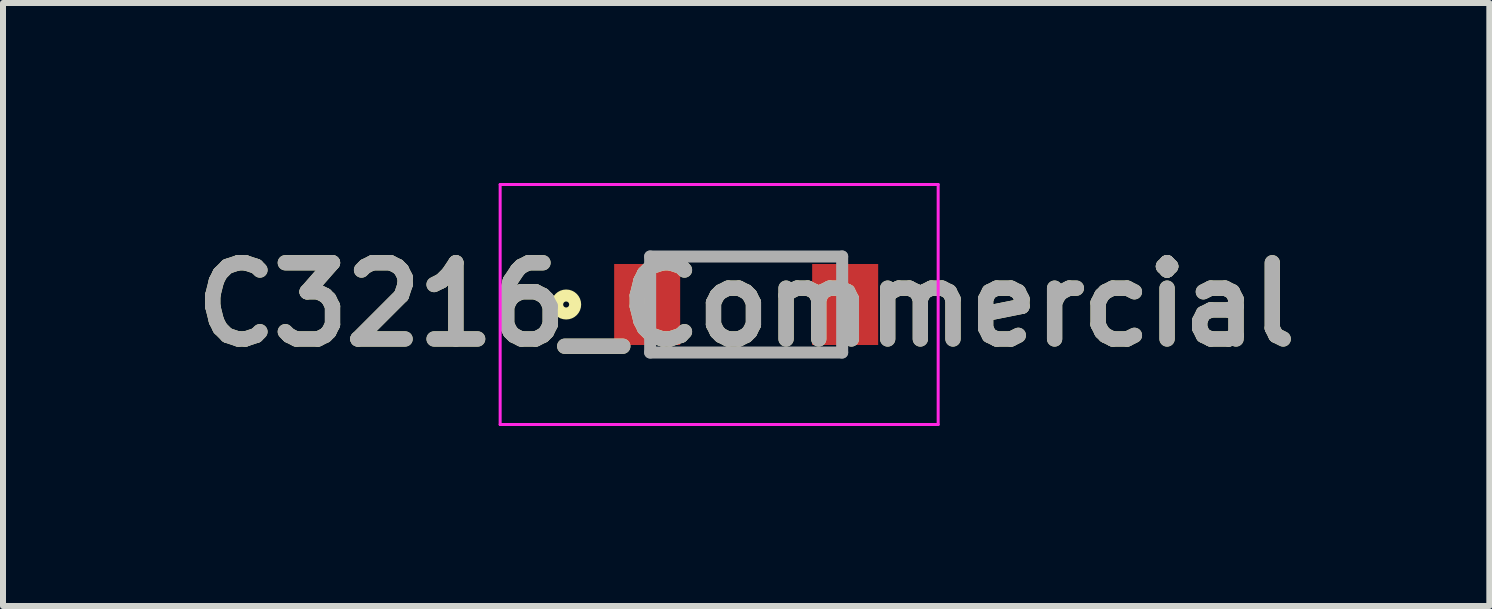
<source format=kicad_pcb>
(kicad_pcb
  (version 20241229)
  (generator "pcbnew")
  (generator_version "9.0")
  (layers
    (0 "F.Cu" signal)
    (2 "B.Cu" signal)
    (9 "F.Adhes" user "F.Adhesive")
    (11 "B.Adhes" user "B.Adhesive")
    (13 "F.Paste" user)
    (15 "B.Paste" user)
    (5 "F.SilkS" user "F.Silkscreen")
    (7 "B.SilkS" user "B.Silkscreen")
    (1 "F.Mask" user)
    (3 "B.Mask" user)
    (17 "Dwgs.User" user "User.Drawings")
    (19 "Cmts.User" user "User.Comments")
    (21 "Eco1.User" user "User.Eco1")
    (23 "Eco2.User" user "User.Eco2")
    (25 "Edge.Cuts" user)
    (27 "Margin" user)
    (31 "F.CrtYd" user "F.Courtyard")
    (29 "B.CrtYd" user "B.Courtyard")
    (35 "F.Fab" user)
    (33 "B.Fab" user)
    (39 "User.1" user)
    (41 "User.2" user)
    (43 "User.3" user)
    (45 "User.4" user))
  (footprint "C3216_Commercial"
    (layer "F.Cu")
    (at 9.386 2.025)
    (property "Reference" "C3216_Commercial" (at 0 0 0) (layer "F.SilkS") (effects (font (size 1.27 1.27) (thickness 0.254))))
    (attr smd)
    (fp_circle (center -3 0) (end -3 0.05) (stroke (width 0.2) (type solid)) (fill no) (layer "F.SilkS"))
    (fp_line (start -4.1 -2) (end 3.2 -2) (stroke (width 0.05) (type solid)) (layer "F.CrtYd"))
    (fp_line (start -4.1 2) (end -4.1 -2) (stroke (width 0.05) (type solid)) (layer "F.CrtYd"))
    (fp_line (start 3.2 -2) (end 3.2 2) (stroke (width 0.05) (type solid)) (layer "F.CrtYd"))
    (fp_line (start 3.2 2) (end -4.1 2) (stroke (width 0.05) (type solid)) (layer "F.CrtYd"))
    (fp_line (start -1.6 -0.8) (end 1.6 -0.8) (stroke (width 0.2) (type solid)) (layer "F.Fab"))
    (fp_line (start -1.6 0.8) (end -1.6 -0.8) (stroke (width 0.2) (type solid)) (layer "F.Fab"))
    (fp_line (start 1.6 -0.8) (end 1.6 0.8) (stroke (width 0.2) (type solid)) (layer "F.Fab"))
    (fp_line (start 1.6 0.8) (end -1.6 0.8) (stroke (width 0.2) (type solid)) (layer "F.Fab"))
    (fp_text user "${REFERENCE}" (at 0 0 0) (layer "F.Fab") (effects (font (size 1.27 1.27) (thickness 0.254))))
    (pad "1" smd rect (at -1.65 0) (size 1.1 1.35) (layers "F.Cu" "F.Mask" "F.Paste"))
    (pad "2" smd rect (at 1.65 0) (size 1.1 1.35) (layers "F.Cu" "F.Mask" "F.Paste")))
  (gr_rect
    (start -3 -3)
    (end 21.772 7.05)
    (stroke (width 0.1) (type default))
    (fill no)
    (layer "Edge.Cuts")))
</source>
